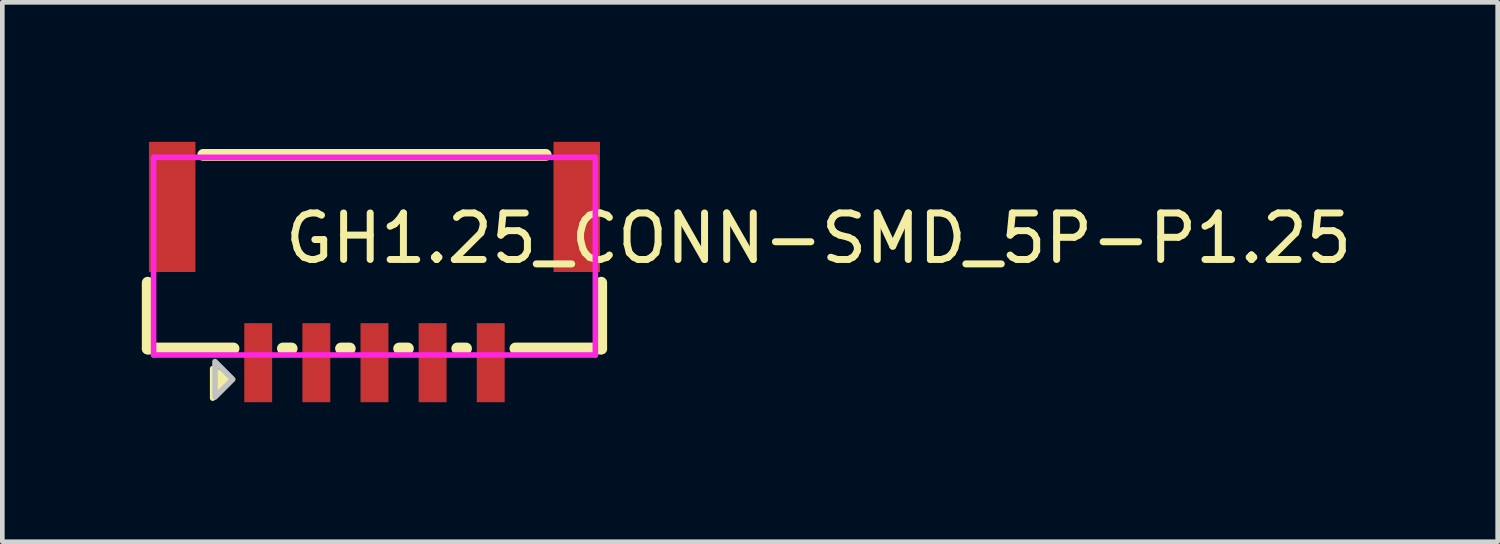
<source format=kicad_pcb>
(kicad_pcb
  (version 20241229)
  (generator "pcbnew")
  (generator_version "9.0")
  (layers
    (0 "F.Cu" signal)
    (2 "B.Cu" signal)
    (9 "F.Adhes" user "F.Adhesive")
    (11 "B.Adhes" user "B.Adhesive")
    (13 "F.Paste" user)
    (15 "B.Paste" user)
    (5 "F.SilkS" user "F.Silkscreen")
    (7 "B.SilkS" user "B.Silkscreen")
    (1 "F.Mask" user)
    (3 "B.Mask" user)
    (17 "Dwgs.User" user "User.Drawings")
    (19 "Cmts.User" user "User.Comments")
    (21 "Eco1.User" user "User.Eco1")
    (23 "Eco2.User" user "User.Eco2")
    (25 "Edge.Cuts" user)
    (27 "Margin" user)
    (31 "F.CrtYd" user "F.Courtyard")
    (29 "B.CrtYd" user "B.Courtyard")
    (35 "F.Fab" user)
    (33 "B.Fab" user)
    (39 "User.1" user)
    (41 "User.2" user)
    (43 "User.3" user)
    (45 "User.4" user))
  (footprint "GH1.25_CONN-SMD_5P-P1.25"
    (layer "F.Cu")
    (at 5.003 3.075)
    (property "Reference" "GH1.25_CONN-SMD_5P-P1.25" (at -2 -1 0) (layer "F.SilkS") (effects (font (size 1 1) (thickness 0.15)) (justify left)))
    (attr through_hole)
    (fp_line (start -4.876 -0.045) (end -4.876 1.37) (stroke (width 0.254) (type solid)) (layer "F.SilkS"))
    (fp_line (start -4.876 1.37) (end -3.031 1.37) (stroke (width 0.254) (type solid)) (layer "F.SilkS"))
    (fp_line (start -3.683 -2.794) (end 3.683 -2.794) (stroke (width 0.254) (type solid)) (layer "F.SilkS"))
    (fp_line (start -1.969 1.37) (end -1.781 1.37) (stroke (width 0.254) (type solid)) (layer "F.SilkS"))
    (fp_line (start -0.719 1.37) (end -0.531 1.37) (stroke (width 0.254) (type solid)) (layer "F.SilkS"))
    (fp_line (start 0.531 1.37) (end 0.719 1.37) (stroke (width 0.254) (type solid)) (layer "F.SilkS"))
    (fp_line (start 1.781 1.37) (end 1.969 1.37) (stroke (width 0.254) (type solid)) (layer "F.SilkS"))
    (fp_line (start 3.031 1.37) (end 4.876 1.37) (stroke (width 0.254) (type solid)) (layer "F.SilkS"))
    (fp_line (start 4.876 1.37) (end 4.876 -0.045) (stroke (width 0.254) (type solid)) (layer "F.SilkS"))
    (fp_poly (pts (xy -3.098 2.056) (xy -3.479 2.437) (xy -3.479 1.802)) (stroke (width 0.12) (type solid)) (fill yes) (layer "F.SilkS"))
    (fp_poly (pts (xy -3.429 1.651) (xy -3.429 2.413) (xy -3.048 2.032)) (stroke (width 0.12) (type solid)) (fill no) (layer "Dwgs.User"))
    (fp_circle (center -4.75 2.195) (end -4.72 2.195) (stroke (width 0.06) (type solid)) (fill no) (layer "Eco2.User"))
    (fp_poly (pts (xy -4.25 -0.675) (xy -4.45 -0.675) (xy -4.45 -2.675) (xy -4.25 -2.675)) (stroke (width 0.12) (type solid)) (fill no) (layer "Eco2.User"))
    (fp_poly (pts (xy -2.4 2.195) (xy -2.6 2.195) (xy -2.6 0.995) (xy -2.4 0.995)) (stroke (width 0.12) (type solid)) (fill no) (layer "Eco2.User"))
    (fp_poly (pts (xy -1.15 2.195) (xy -1.35 2.195) (xy -1.35 0.995) (xy -1.15 0.995)) (stroke (width 0.12) (type solid)) (fill no) (layer "Eco2.User"))
    (fp_poly (pts (xy 0.1 2.195) (xy -0.1 2.195) (xy -0.1 0.995) (xy 0.1 0.995)) (stroke (width 0.12) (type solid)) (fill no) (layer "Eco2.User"))
    (fp_poly (pts (xy 1.35 2.195) (xy 1.15 2.195) (xy 1.15 0.995) (xy 1.35 0.995)) (stroke (width 0.12) (type solid)) (fill no) (layer "Eco2.User"))
    (fp_poly (pts (xy 2.6 2.195) (xy 2.4 2.195) (xy 2.4 0.995) (xy 2.6 0.995)) (stroke (width 0.12) (type solid)) (fill no) (layer "Eco2.User"))
    (fp_poly (pts (xy 4.45 -0.675) (xy 4.25 -0.675) (xy 4.25 -2.675) (xy 4.45 -2.675)) (stroke (width 0.12) (type solid)) (fill no) (layer "Eco2.User"))
    (fp_line (start -4.75 -2.741) (end 4.75 -2.741) (stroke (width 0.12) (type solid)) (layer "F.CrtYd"))
    (fp_line (start -4.75 1.509) (end -4.75 -2.741) (stroke (width 0.12) (type solid)) (layer "F.CrtYd"))
    (fp_line (start 4.75 -2.741) (end 4.75 1.509) (stroke (width 0.12) (type solid)) (layer "F.CrtYd"))
    (fp_line (start 4.75 1.509) (end -4.75 1.509) (stroke (width 0.12) (type solid)) (layer "F.CrtYd"))
    (pad "1" smd rect (at -2.5 1.675 180) (size 0.6 1.7) (layers "F.Cu" "F.Mask" "F.Paste"))
    (pad "2" smd rect (at -1.25 1.675 180) (size 0.6 1.7) (layers "F.Cu" "F.Mask" "F.Paste"))
    (pad "3" smd rect (at 0 1.675 180) (size 0.6 1.7) (layers "F.Cu" "F.Mask" "F.Paste"))
    (pad "4" smd rect (at 1.25 1.675 180) (size 0.6 1.7) (layers "F.Cu" "F.Mask" "F.Paste"))
    (pad "5" smd rect (at 2.5 1.675 180) (size 0.6 1.7) (layers "F.Cu" "F.Mask" "F.Paste"))
    (pad "6" smd rect (at 4.35 -1.675 180) (size 1 2.8) (layers "F.Cu" "F.Mask" "F.Paste"))
    (pad "7" smd rect (at -4.35 -1.675 180) (size 1 2.8) (layers "F.Cu" "F.Mask" "F.Paste")))
  (gr_rect
    (start -3 -3)
    (end 29.158 8.6)
    (stroke (width 0.1) (type default))
    (fill no)
    (layer "Edge.Cuts")))
</source>
